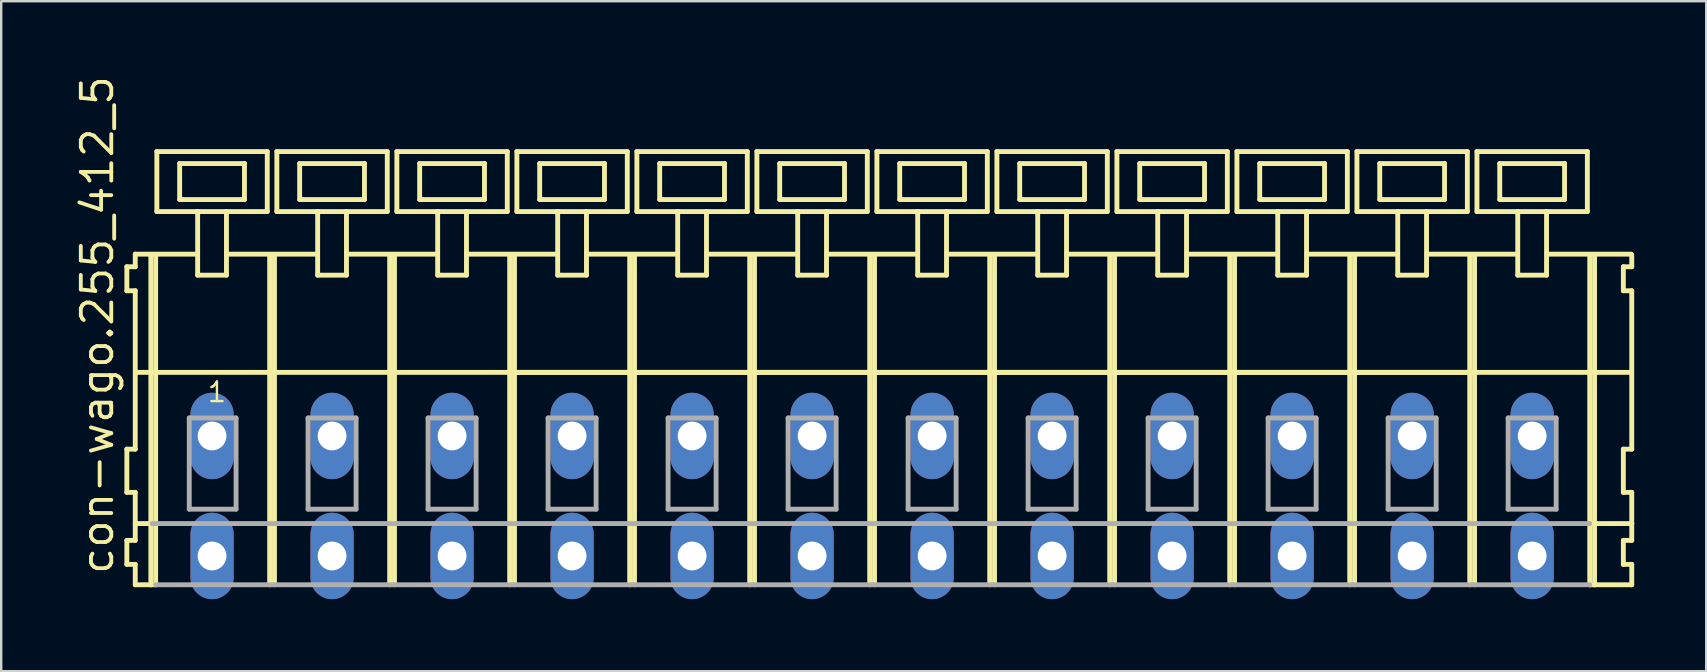
<source format=kicad_pcb>
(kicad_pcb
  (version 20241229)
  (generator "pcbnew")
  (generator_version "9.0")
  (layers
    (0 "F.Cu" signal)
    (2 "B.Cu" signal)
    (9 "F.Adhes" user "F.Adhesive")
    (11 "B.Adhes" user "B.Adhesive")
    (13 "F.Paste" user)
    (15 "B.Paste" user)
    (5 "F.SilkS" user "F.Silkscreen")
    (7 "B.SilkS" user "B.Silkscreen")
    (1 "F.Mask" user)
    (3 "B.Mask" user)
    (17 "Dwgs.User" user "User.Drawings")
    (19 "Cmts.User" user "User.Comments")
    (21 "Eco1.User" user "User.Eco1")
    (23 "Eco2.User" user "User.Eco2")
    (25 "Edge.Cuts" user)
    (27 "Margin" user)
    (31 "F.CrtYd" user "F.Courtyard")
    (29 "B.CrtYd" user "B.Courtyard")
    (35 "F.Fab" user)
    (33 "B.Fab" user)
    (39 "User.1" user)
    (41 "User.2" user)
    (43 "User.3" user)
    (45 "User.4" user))
  (footprint "con-wago.255_412_5"
    (layer "F.Cu")
    (at 33.285 15.114)
    (property "Reference" "con-wago.255_412_5" (at -31.535 5.855 90) (layer "F.SilkS") (effects (font (size 1.27 1.27) (thickness 0.16)) (justify left bottom)))
    (attr through_hole)
    (fp_line (start -31.05 -7.05) (end -31.05 -6.05) (stroke (width 0.203) (type default)) (layer "F.SilkS"))
    (fp_line (start -31.05 -6.05) (end -30.7 -6.05) (stroke (width 0.203) (type default)) (layer "F.SilkS"))
    (fp_line (start -31.05 0.55) (end -31.05 2.35) (stroke (width 0.203) (type default)) (layer "F.SilkS"))
    (fp_line (start -31.05 2.35) (end -30.7 2.35) (stroke (width 0.203) (type default)) (layer "F.SilkS"))
    (fp_line (start -31.05 4.35) (end -31.05 5.35) (stroke (width 0.203) (type default)) (layer "F.SilkS"))
    (fp_line (start -31.05 5.35) (end -30.7 5.35) (stroke (width 0.203) (type default)) (layer "F.SilkS"))
    (fp_line (start -30.7 -7.575) (end -30.7 -7.05) (stroke (width 0.203) (type default)) (layer "F.SilkS"))
    (fp_line (start -30.7 -7.575) (end -28.125 -7.575) (stroke (width 0.203) (type default)) (layer "F.SilkS"))
    (fp_line (start -30.7 -7.05) (end -31.05 -7.05) (stroke (width 0.203) (type default)) (layer "F.SilkS"))
    (fp_line (start -30.7 -6.05) (end -30.7 0.55) (stroke (width 0.203) (type default)) (layer "F.SilkS"))
    (fp_line (start -30.7 0.55) (end -31.05 0.55) (stroke (width 0.203) (type default)) (layer "F.SilkS"))
    (fp_line (start -30.7 2.35) (end -30.7 4.35) (stroke (width 0.203) (type default)) (layer "F.SilkS"))
    (fp_line (start -30.7 3.65) (end -30 3.65) (stroke (width 0.203) (type default)) (layer "F.SilkS"))
    (fp_line (start -30.7 4.35) (end -31.05 4.35) (stroke (width 0.203) (type default)) (layer "F.SilkS"))
    (fp_line (start -30.7 5.35) (end -30.7 6.2) (stroke (width 0.203) (type default)) (layer "F.SilkS"))
    (fp_line (start -30.7 6.2) (end -30.05 6.2) (stroke (width 0.203) (type default)) (layer "F.SilkS"))
    (fp_line (start -30.65 -2.65) (end -25.1 -2.65) (stroke (width 0.203) (type default)) (layer "F.SilkS"))
    (fp_line (start -30.05 -7.55) (end -30.05 6.2) (stroke (width 0.203) (type default)) (layer "F.SilkS"))
    (fp_line (start -30.05 6.2) (end -29.85 6.2) (stroke (width 0.203) (type default)) (layer "F.SilkS"))
    (fp_line (start -29.85 -7.55) (end -29.85 6.2) (stroke (width 0.203) (type default)) (layer "F.SilkS"))
    (fp_line (start -29.8 -11.85) (end -29.8 -9.35) (stroke (width 0.203) (type default)) (layer "F.SilkS"))
    (fp_line (start -29.8 -9.35) (end -28.1 -9.35) (stroke (width 0.203) (type default)) (layer "F.SilkS"))
    (fp_line (start -28.85 -11.35) (end -28.85 -9.85) (stroke (width 0.203) (type default)) (layer "F.SilkS"))
    (fp_line (start -28.85 -9.85) (end -26.15 -9.85) (stroke (width 0.203) (type default)) (layer "F.SilkS"))
    (fp_line (start -28.1 -9.35) (end -28.1 -6.7) (stroke (width 0.203) (type default)) (layer "F.SilkS"))
    (fp_line (start -28.1 -9.35) (end -26.9 -9.35) (stroke (width 0.203) (type default)) (layer "F.SilkS"))
    (fp_line (start -28.1 -6.7) (end -26.9 -6.7) (stroke (width 0.203) (type default)) (layer "F.SilkS"))
    (fp_line (start -26.9 -9.35) (end -25.2 -9.35) (stroke (width 0.203) (type default)) (layer "F.SilkS"))
    (fp_line (start -26.9 -6.7) (end -26.9 -9.35) (stroke (width 0.203) (type default)) (layer "F.SilkS"))
    (fp_line (start -26.825 -7.575) (end -23.125 -7.575) (stroke (width 0.203) (type default)) (layer "F.SilkS"))
    (fp_line (start -26.15 -11.35) (end -28.85 -11.35) (stroke (width 0.203) (type default)) (layer "F.SilkS"))
    (fp_line (start -26.15 -9.85) (end -26.15 -11.35) (stroke (width 0.203) (type default)) (layer "F.SilkS"))
    (fp_line (start -25.2 -11.85) (end -29.8 -11.85) (stroke (width 0.203) (type default)) (layer "F.SilkS"))
    (fp_line (start -25.2 -9.35) (end -25.2 -11.85) (stroke (width 0.203) (type default)) (layer "F.SilkS"))
    (fp_line (start -25.1 -7.55) (end -25.1 -2.65) (stroke (width 0.203) (type default)) (layer "F.SilkS"))
    (fp_line (start -25.1 -2.65) (end -25.1 6.2) (stroke (width 0.203) (type default)) (layer "F.SilkS"))
    (fp_line (start -24.9 -7.55) (end -24.9 -2.65) (stroke (width 0.203) (type default)) (layer "F.SilkS"))
    (fp_line (start -24.9 -2.65) (end -24.9 6.2) (stroke (width 0.203) (type default)) (layer "F.SilkS"))
    (fp_line (start -24.9 -2.65) (end -20.1 -2.65) (stroke (width 0.203) (type default)) (layer "F.SilkS"))
    (fp_line (start -24.8 -11.85) (end -24.8 -9.35) (stroke (width 0.203) (type default)) (layer "F.SilkS"))
    (fp_line (start -24.8 -9.35) (end -23.1 -9.35) (stroke (width 0.203) (type default)) (layer "F.SilkS"))
    (fp_line (start -23.85 -11.35) (end -23.85 -9.85) (stroke (width 0.203) (type default)) (layer "F.SilkS"))
    (fp_line (start -23.85 -9.85) (end -21.15 -9.85) (stroke (width 0.203) (type default)) (layer "F.SilkS"))
    (fp_line (start -23.1 -9.35) (end -23.1 -6.7) (stroke (width 0.203) (type default)) (layer "F.SilkS"))
    (fp_line (start -23.1 -9.35) (end -21.9 -9.35) (stroke (width 0.203) (type default)) (layer "F.SilkS"))
    (fp_line (start -23.1 -6.7) (end -21.9 -6.7) (stroke (width 0.203) (type default)) (layer "F.SilkS"))
    (fp_line (start -21.9 -9.35) (end -20.2 -9.35) (stroke (width 0.203) (type default)) (layer "F.SilkS"))
    (fp_line (start -21.9 -6.7) (end -21.9 -9.35) (stroke (width 0.203) (type default)) (layer "F.SilkS"))
    (fp_line (start -21.875 -7.575) (end -18.125 -7.575) (stroke (width 0.203) (type default)) (layer "F.SilkS"))
    (fp_line (start -21.15 -11.35) (end -23.85 -11.35) (stroke (width 0.203) (type default)) (layer "F.SilkS"))
    (fp_line (start -21.15 -9.85) (end -21.15 -11.35) (stroke (width 0.203) (type default)) (layer "F.SilkS"))
    (fp_line (start -20.2 -11.85) (end -24.8 -11.85) (stroke (width 0.203) (type default)) (layer "F.SilkS"))
    (fp_line (start -20.2 -9.35) (end -20.2 -11.85) (stroke (width 0.203) (type default)) (layer "F.SilkS"))
    (fp_line (start -20.1 -7.55) (end -20.1 -2.65) (stroke (width 0.203) (type default)) (layer "F.SilkS"))
    (fp_line (start -20.1 -2.65) (end -20.1 6.2) (stroke (width 0.203) (type default)) (layer "F.SilkS"))
    (fp_line (start -20.1 -2.65) (end -19.9 -2.65) (stroke (width 0.203) (type default)) (layer "F.SilkS"))
    (fp_line (start -19.9 -7.55) (end -19.9 -2.65) (stroke (width 0.203) (type default)) (layer "F.SilkS"))
    (fp_line (start -19.9 -2.65) (end -19.9 6.2) (stroke (width 0.203) (type default)) (layer "F.SilkS"))
    (fp_line (start -19.9 -2.65) (end -15.1 -2.65) (stroke (width 0.203) (type default)) (layer "F.SilkS"))
    (fp_line (start -19.8 -11.85) (end -19.8 -9.35) (stroke (width 0.203) (type default)) (layer "F.SilkS"))
    (fp_line (start -19.8 -9.35) (end -18.1 -9.35) (stroke (width 0.203) (type default)) (layer "F.SilkS"))
    (fp_line (start -18.85 -11.35) (end -18.85 -9.85) (stroke (width 0.203) (type default)) (layer "F.SilkS"))
    (fp_line (start -18.85 -9.85) (end -16.15 -9.85) (stroke (width 0.203) (type default)) (layer "F.SilkS"))
    (fp_line (start -18.1 -9.35) (end -18.1 -6.7) (stroke (width 0.203) (type default)) (layer "F.SilkS"))
    (fp_line (start -18.1 -9.35) (end -16.9 -9.35) (stroke (width 0.203) (type default)) (layer "F.SilkS"))
    (fp_line (start -18.1 -6.7) (end -16.9 -6.7) (stroke (width 0.203) (type default)) (layer "F.SilkS"))
    (fp_line (start -16.9 -9.35) (end -15.2 -9.35) (stroke (width 0.203) (type default)) (layer "F.SilkS"))
    (fp_line (start -16.9 -6.7) (end -16.9 -9.35) (stroke (width 0.203) (type default)) (layer "F.SilkS"))
    (fp_line (start -16.875 -7.575) (end -13.125 -7.575) (stroke (width 0.203) (type default)) (layer "F.SilkS"))
    (fp_line (start -16.15 -11.35) (end -18.85 -11.35) (stroke (width 0.203) (type default)) (layer "F.SilkS"))
    (fp_line (start -16.15 -9.85) (end -16.15 -11.35) (stroke (width 0.203) (type default)) (layer "F.SilkS"))
    (fp_line (start -15.2 -11.85) (end -19.8 -11.85) (stroke (width 0.203) (type default)) (layer "F.SilkS"))
    (fp_line (start -15.2 -9.35) (end -15.2 -11.85) (stroke (width 0.203) (type default)) (layer "F.SilkS"))
    (fp_line (start -15.1 -7.55) (end -15.1 -2.65) (stroke (width 0.203) (type default)) (layer "F.SilkS"))
    (fp_line (start -15.1 -2.65) (end -15.1 6.2) (stroke (width 0.203) (type default)) (layer "F.SilkS"))
    (fp_line (start -15.1 -2.65) (end -14.9 -2.65) (stroke (width 0.203) (type default)) (layer "F.SilkS"))
    (fp_line (start -15.1 -2.65) (end 29.9 -2.65) (stroke (width 0.203) (type default)) (layer "F.SilkS"))
    (fp_line (start -14.9 -7.55) (end -14.9 -2.65) (stroke (width 0.203) (type default)) (layer "F.SilkS"))
    (fp_line (start -14.9 -2.65) (end -14.9 6.2) (stroke (width 0.203) (type default)) (layer "F.SilkS"))
    (fp_line (start -14.9 -2.65) (end -10.1 -2.65) (stroke (width 0.203) (type default)) (layer "F.SilkS"))
    (fp_line (start -14.8 -11.85) (end -14.8 -9.35) (stroke (width 0.203) (type default)) (layer "F.SilkS"))
    (fp_line (start -14.8 -9.35) (end -13.1 -9.35) (stroke (width 0.203) (type default)) (layer "F.SilkS"))
    (fp_line (start -13.85 -11.35) (end -13.85 -9.85) (stroke (width 0.203) (type default)) (layer "F.SilkS"))
    (fp_line (start -13.85 -9.85) (end -11.15 -9.85) (stroke (width 0.203) (type default)) (layer "F.SilkS"))
    (fp_line (start -13.1 -9.35) (end -13.1 -6.7) (stroke (width 0.203) (type default)) (layer "F.SilkS"))
    (fp_line (start -13.1 -9.35) (end -11.9 -9.35) (stroke (width 0.203) (type default)) (layer "F.SilkS"))
    (fp_line (start -13.1 -6.7) (end -11.9 -6.7) (stroke (width 0.203) (type default)) (layer "F.SilkS"))
    (fp_line (start -11.9 -9.35) (end -10.2 -9.35) (stroke (width 0.203) (type default)) (layer "F.SilkS"))
    (fp_line (start -11.9 -6.7) (end -11.9 -9.35) (stroke (width 0.203) (type default)) (layer "F.SilkS"))
    (fp_line (start -11.875 -7.575) (end -8.125 -7.575) (stroke (width 0.203) (type default)) (layer "F.SilkS"))
    (fp_line (start -11.15 -11.35) (end -13.85 -11.35) (stroke (width 0.203) (type default)) (layer "F.SilkS"))
    (fp_line (start -11.15 -9.85) (end -11.15 -11.35) (stroke (width 0.203) (type default)) (layer "F.SilkS"))
    (fp_line (start -10.2 -11.85) (end -14.8 -11.85) (stroke (width 0.203) (type default)) (layer "F.SilkS"))
    (fp_line (start -10.2 -9.35) (end -10.2 -11.85) (stroke (width 0.203) (type default)) (layer "F.SilkS"))
    (fp_line (start -10.1 -7.55) (end -10.1 -2.65) (stroke (width 0.203) (type default)) (layer "F.SilkS"))
    (fp_line (start -10.1 -2.65) (end -10.1 6.2) (stroke (width 0.203) (type default)) (layer "F.SilkS"))
    (fp_line (start -10.1 -2.65) (end -9.9 -2.65) (stroke (width 0.203) (type default)) (layer "F.SilkS"))
    (fp_line (start -9.9 -7.55) (end -9.9 -2.65) (stroke (width 0.203) (type default)) (layer "F.SilkS"))
    (fp_line (start -9.9 -2.65) (end -9.9 6.2) (stroke (width 0.203) (type default)) (layer "F.SilkS"))
    (fp_line (start -9.9 -2.65) (end -5.1 -2.65) (stroke (width 0.203) (type default)) (layer "F.SilkS"))
    (fp_line (start -9.8 -11.85) (end -9.8 -9.35) (stroke (width 0.203) (type default)) (layer "F.SilkS"))
    (fp_line (start -9.8 -9.35) (end -8.1 -9.35) (stroke (width 0.203) (type default)) (layer "F.SilkS"))
    (fp_line (start -8.85 -11.35) (end -8.85 -9.85) (stroke (width 0.203) (type default)) (layer "F.SilkS"))
    (fp_line (start -8.85 -9.85) (end -6.15 -9.85) (stroke (width 0.203) (type default)) (layer "F.SilkS"))
    (fp_line (start -8.1 -9.35) (end -8.1 -6.7) (stroke (width 0.203) (type default)) (layer "F.SilkS"))
    (fp_line (start -8.1 -9.35) (end -6.9 -9.35) (stroke (width 0.203) (type default)) (layer "F.SilkS"))
    (fp_line (start -8.1 -6.7) (end -6.9 -6.7) (stroke (width 0.203) (type default)) (layer "F.SilkS"))
    (fp_line (start -6.9 -9.35) (end -5.2 -9.35) (stroke (width 0.203) (type default)) (layer "F.SilkS"))
    (fp_line (start -6.9 -6.7) (end -6.9 -9.35) (stroke (width 0.203) (type default)) (layer "F.SilkS"))
    (fp_line (start -6.875 -7.575) (end -3.125 -7.575) (stroke (width 0.203) (type default)) (layer "F.SilkS"))
    (fp_line (start -6.15 -11.35) (end -8.85 -11.35) (stroke (width 0.203) (type default)) (layer "F.SilkS"))
    (fp_line (start -6.15 -9.85) (end -6.15 -11.35) (stroke (width 0.203) (type default)) (layer "F.SilkS"))
    (fp_line (start -5.2 -11.85) (end -9.8 -11.85) (stroke (width 0.203) (type default)) (layer "F.SilkS"))
    (fp_line (start -5.2 -9.35) (end -5.2 -11.85) (stroke (width 0.203) (type default)) (layer "F.SilkS"))
    (fp_line (start -5.1 -7.55) (end -5.1 -2.65) (stroke (width 0.203) (type default)) (layer "F.SilkS"))
    (fp_line (start -5.1 -2.65) (end -5.1 6.2) (stroke (width 0.203) (type default)) (layer "F.SilkS"))
    (fp_line (start -5.1 -2.65) (end -4.9 -2.65) (stroke (width 0.203) (type default)) (layer "F.SilkS"))
    (fp_line (start -4.9 -7.55) (end -4.9 -2.65) (stroke (width 0.203) (type default)) (layer "F.SilkS"))
    (fp_line (start -4.9 -2.65) (end -4.9 6.2) (stroke (width 0.203) (type default)) (layer "F.SilkS"))
    (fp_line (start -4.9 -2.65) (end -0.1 -2.65) (stroke (width 0.203) (type default)) (layer "F.SilkS"))
    (fp_line (start -4.8 -11.85) (end -4.8 -9.35) (stroke (width 0.203) (type default)) (layer "F.SilkS"))
    (fp_line (start -4.8 -9.35) (end -3.1 -9.35) (stroke (width 0.203) (type default)) (layer "F.SilkS"))
    (fp_line (start -3.85 -11.35) (end -3.85 -9.85) (stroke (width 0.203) (type default)) (layer "F.SilkS"))
    (fp_line (start -3.85 -9.85) (end -1.15 -9.85) (stroke (width 0.203) (type default)) (layer "F.SilkS"))
    (fp_line (start -3.1 -9.35) (end -3.1 -6.7) (stroke (width 0.203) (type default)) (layer "F.SilkS"))
    (fp_line (start -3.1 -9.35) (end -1.9 -9.35) (stroke (width 0.203) (type default)) (layer "F.SilkS"))
    (fp_line (start -3.1 -6.7) (end -1.9 -6.7) (stroke (width 0.203) (type default)) (layer "F.SilkS"))
    (fp_line (start -1.9 -9.35) (end -0.2 -9.35) (stroke (width 0.203) (type default)) (layer "F.SilkS"))
    (fp_line (start -1.9 -6.7) (end -1.9 -9.35) (stroke (width 0.203) (type default)) (layer "F.SilkS"))
    (fp_line (start -1.875 -7.575) (end 1.875 -7.575) (stroke (width 0.203) (type default)) (layer "F.SilkS"))
    (fp_line (start -1.15 -11.35) (end -3.85 -11.35) (stroke (width 0.203) (type default)) (layer "F.SilkS"))
    (fp_line (start -1.15 -9.85) (end -1.15 -11.35) (stroke (width 0.203) (type default)) (layer "F.SilkS"))
    (fp_line (start -0.2 -11.85) (end -4.8 -11.85) (stroke (width 0.203) (type default)) (layer "F.SilkS"))
    (fp_line (start -0.2 -9.35) (end -0.2 -11.85) (stroke (width 0.203) (type default)) (layer "F.SilkS"))
    (fp_line (start -0.1 -7.55) (end -0.1 -2.65) (stroke (width 0.203) (type default)) (layer "F.SilkS"))
    (fp_line (start -0.1 -2.65) (end -0.1 6.2) (stroke (width 0.203) (type default)) (layer "F.SilkS"))
    (fp_line (start -0.1 -2.65) (end 0.1 -2.65) (stroke (width 0.203) (type default)) (layer "F.SilkS"))
    (fp_line (start 0.1 -7.55) (end 0.1 -2.65) (stroke (width 0.203) (type default)) (layer "F.SilkS"))
    (fp_line (start 0.1 -2.65) (end 0.1 6.2) (stroke (width 0.203) (type default)) (layer "F.SilkS"))
    (fp_line (start 0.1 -2.65) (end 4.9 -2.65) (stroke (width 0.203) (type default)) (layer "F.SilkS"))
    (fp_line (start 0.2 -11.85) (end 0.2 -9.35) (stroke (width 0.203) (type default)) (layer "F.SilkS"))
    (fp_line (start 0.2 -9.35) (end 1.9 -9.35) (stroke (width 0.203) (type default)) (layer "F.SilkS"))
    (fp_line (start 1.15 -11.35) (end 1.15 -9.85) (stroke (width 0.203) (type default)) (layer "F.SilkS"))
    (fp_line (start 1.15 -9.85) (end 3.85 -9.85) (stroke (width 0.203) (type default)) (layer "F.SilkS"))
    (fp_line (start 1.9 -9.35) (end 1.9 -6.7) (stroke (width 0.203) (type default)) (layer "F.SilkS"))
    (fp_line (start 1.9 -9.35) (end 3.1 -9.35) (stroke (width 0.203) (type default)) (layer "F.SilkS"))
    (fp_line (start 1.9 -6.7) (end 3.1 -6.7) (stroke (width 0.203) (type default)) (layer "F.SilkS"))
    (fp_line (start 3.1 -9.35) (end 4.8 -9.35) (stroke (width 0.203) (type default)) (layer "F.SilkS"))
    (fp_line (start 3.1 -6.7) (end 3.1 -9.35) (stroke (width 0.203) (type default)) (layer "F.SilkS"))
    (fp_line (start 3.125 -7.575) (end 6.875 -7.575) (stroke (width 0.203) (type default)) (layer "F.SilkS"))
    (fp_line (start 3.85 -11.35) (end 1.15 -11.35) (stroke (width 0.203) (type default)) (layer "F.SilkS"))
    (fp_line (start 3.85 -9.85) (end 3.85 -11.35) (stroke (width 0.203) (type default)) (layer "F.SilkS"))
    (fp_line (start 4.8 -11.85) (end 0.2 -11.85) (stroke (width 0.203) (type default)) (layer "F.SilkS"))
    (fp_line (start 4.8 -9.35) (end 4.8 -11.85) (stroke (width 0.203) (type default)) (layer "F.SilkS"))
    (fp_line (start 4.9 -7.55) (end 4.9 -2.65) (stroke (width 0.203) (type default)) (layer "F.SilkS"))
    (fp_line (start 4.9 -2.65) (end 4.9 6.2) (stroke (width 0.203) (type default)) (layer "F.SilkS"))
    (fp_line (start 4.9 -2.65) (end 5.1 -2.65) (stroke (width 0.203) (type default)) (layer "F.SilkS"))
    (fp_line (start 5.1 -7.55) (end 5.1 -2.65) (stroke (width 0.203) (type default)) (layer "F.SilkS"))
    (fp_line (start 5.1 -2.65) (end 5.1 6.2) (stroke (width 0.203) (type default)) (layer "F.SilkS"))
    (fp_line (start 5.1 -2.65) (end 9.9 -2.65) (stroke (width 0.203) (type default)) (layer "F.SilkS"))
    (fp_line (start 5.2 -11.85) (end 5.2 -9.35) (stroke (width 0.203) (type default)) (layer "F.SilkS"))
    (fp_line (start 5.2 -9.35) (end 6.9 -9.35) (stroke (width 0.203) (type default)) (layer "F.SilkS"))
    (fp_line (start 6.15 -11.35) (end 6.15 -9.85) (stroke (width 0.203) (type default)) (layer "F.SilkS"))
    (fp_line (start 6.15 -9.85) (end 8.85 -9.85) (stroke (width 0.203) (type default)) (layer "F.SilkS"))
    (fp_line (start 6.9 -9.35) (end 6.9 -6.7) (stroke (width 0.203) (type default)) (layer "F.SilkS"))
    (fp_line (start 6.9 -9.35) (end 8.1 -9.35) (stroke (width 0.203) (type default)) (layer "F.SilkS"))
    (fp_line (start 6.9 -6.7) (end 8.1 -6.7) (stroke (width 0.203) (type default)) (layer "F.SilkS"))
    (fp_line (start 8.1 -9.35) (end 9.8 -9.35) (stroke (width 0.203) (type default)) (layer "F.SilkS"))
    (fp_line (start 8.1 -6.7) (end 8.1 -9.35) (stroke (width 0.203) (type default)) (layer "F.SilkS"))
    (fp_line (start 8.125 -7.575) (end 11.875 -7.575) (stroke (width 0.203) (type default)) (layer "F.SilkS"))
    (fp_line (start 8.85 -11.35) (end 6.15 -11.35) (stroke (width 0.203) (type default)) (layer "F.SilkS"))
    (fp_line (start 8.85 -9.85) (end 8.85 -11.35) (stroke (width 0.203) (type default)) (layer "F.SilkS"))
    (fp_line (start 9.8 -11.85) (end 5.2 -11.85) (stroke (width 0.203) (type default)) (layer "F.SilkS"))
    (fp_line (start 9.8 -9.35) (end 9.8 -11.85) (stroke (width 0.203) (type default)) (layer "F.SilkS"))
    (fp_line (start 9.9 -7.55) (end 9.9 -2.65) (stroke (width 0.203) (type default)) (layer "F.SilkS"))
    (fp_line (start 9.9 -2.65) (end 9.9 6.2) (stroke (width 0.203) (type default)) (layer "F.SilkS"))
    (fp_line (start 9.9 -2.65) (end 10.1 -2.65) (stroke (width 0.203) (type default)) (layer "F.SilkS"))
    (fp_line (start 10.1 -7.55) (end 10.1 -2.65) (stroke (width 0.203) (type default)) (layer "F.SilkS"))
    (fp_line (start 10.1 -2.65) (end 10.1 6.2) (stroke (width 0.203) (type default)) (layer "F.SilkS"))
    (fp_line (start 10.1 -2.65) (end 14.9 -2.65) (stroke (width 0.203) (type default)) (layer "F.SilkS"))
    (fp_line (start 10.2 -11.85) (end 10.2 -9.35) (stroke (width 0.203) (type default)) (layer "F.SilkS"))
    (fp_line (start 10.2 -9.35) (end 11.9 -9.35) (stroke (width 0.203) (type default)) (layer "F.SilkS"))
    (fp_line (start 11.15 -11.35) (end 11.15 -9.85) (stroke (width 0.203) (type default)) (layer "F.SilkS"))
    (fp_line (start 11.15 -9.85) (end 13.85 -9.85) (stroke (width 0.203) (type default)) (layer "F.SilkS"))
    (fp_line (start 11.9 -9.35) (end 11.9 -6.7) (stroke (width 0.203) (type default)) (layer "F.SilkS"))
    (fp_line (start 11.9 -9.35) (end 13.1 -9.35) (stroke (width 0.203) (type default)) (layer "F.SilkS"))
    (fp_line (start 11.9 -6.7) (end 13.1 -6.7) (stroke (width 0.203) (type default)) (layer "F.SilkS"))
    (fp_line (start 13.1 -9.35) (end 14.8 -9.35) (stroke (width 0.203) (type default)) (layer "F.SilkS"))
    (fp_line (start 13.1 -6.7) (end 13.1 -9.35) (stroke (width 0.203) (type default)) (layer "F.SilkS"))
    (fp_line (start 13.125 -7.575) (end 16.875 -7.575) (stroke (width 0.203) (type default)) (layer "F.SilkS"))
    (fp_line (start 13.85 -11.35) (end 11.15 -11.35) (stroke (width 0.203) (type default)) (layer "F.SilkS"))
    (fp_line (start 13.85 -9.85) (end 13.85 -11.35) (stroke (width 0.203) (type default)) (layer "F.SilkS"))
    (fp_line (start 14.8 -11.85) (end 10.2 -11.85) (stroke (width 0.203) (type default)) (layer "F.SilkS"))
    (fp_line (start 14.8 -9.35) (end 14.8 -11.85) (stroke (width 0.203) (type default)) (layer "F.SilkS"))
    (fp_line (start 14.9 -7.55) (end 14.9 -2.65) (stroke (width 0.203) (type default)) (layer "F.SilkS"))
    (fp_line (start 14.9 -2.65) (end 14.9 6.2) (stroke (width 0.203) (type default)) (layer "F.SilkS"))
    (fp_line (start 14.9 -2.65) (end 15.1 -2.65) (stroke (width 0.203) (type default)) (layer "F.SilkS"))
    (fp_line (start 15.1 -7.55) (end 15.1 -2.65) (stroke (width 0.203) (type default)) (layer "F.SilkS"))
    (fp_line (start 15.1 -2.65) (end 15.1 6.2) (stroke (width 0.203) (type default)) (layer "F.SilkS"))
    (fp_line (start 15.1 -2.65) (end 19.9 -2.65) (stroke (width 0.203) (type default)) (layer "F.SilkS"))
    (fp_line (start 15.2 -11.85) (end 15.2 -9.35) (stroke (width 0.203) (type default)) (layer "F.SilkS"))
    (fp_line (start 15.2 -9.35) (end 16.9 -9.35) (stroke (width 0.203) (type default)) (layer "F.SilkS"))
    (fp_line (start 16.15 -11.35) (end 16.15 -9.85) (stroke (width 0.203) (type default)) (layer "F.SilkS"))
    (fp_line (start 16.15 -9.85) (end 18.85 -9.85) (stroke (width 0.203) (type default)) (layer "F.SilkS"))
    (fp_line (start 16.9 -9.35) (end 16.9 -6.7) (stroke (width 0.203) (type default)) (layer "F.SilkS"))
    (fp_line (start 16.9 -9.35) (end 18.1 -9.35) (stroke (width 0.203) (type default)) (layer "F.SilkS"))
    (fp_line (start 16.9 -6.7) (end 18.1 -6.7) (stroke (width 0.203) (type default)) (layer "F.SilkS"))
    (fp_line (start 18.1 -9.35) (end 19.8 -9.35) (stroke (width 0.203) (type default)) (layer "F.SilkS"))
    (fp_line (start 18.1 -6.7) (end 18.1 -9.35) (stroke (width 0.203) (type default)) (layer "F.SilkS"))
    (fp_line (start 18.125 -7.575) (end 21.875 -7.575) (stroke (width 0.203) (type default)) (layer "F.SilkS"))
    (fp_line (start 18.85 -11.35) (end 16.15 -11.35) (stroke (width 0.203) (type default)) (layer "F.SilkS"))
    (fp_line (start 18.85 -9.85) (end 18.85 -11.35) (stroke (width 0.203) (type default)) (layer "F.SilkS"))
    (fp_line (start 19.8 -11.85) (end 15.2 -11.85) (stroke (width 0.203) (type default)) (layer "F.SilkS"))
    (fp_line (start 19.8 -9.35) (end 19.8 -11.85) (stroke (width 0.203) (type default)) (layer "F.SilkS"))
    (fp_line (start 19.9 -7.55) (end 19.9 -2.65) (stroke (width 0.203) (type default)) (layer "F.SilkS"))
    (fp_line (start 19.9 -2.65) (end 19.9 6.2) (stroke (width 0.203) (type default)) (layer "F.SilkS"))
    (fp_line (start 19.9 -2.65) (end 20.1 -2.65) (stroke (width 0.203) (type default)) (layer "F.SilkS"))
    (fp_line (start 20.1 -7.55) (end 20.1 -2.65) (stroke (width 0.203) (type default)) (layer "F.SilkS"))
    (fp_line (start 20.1 -2.65) (end 20.1 6.2) (stroke (width 0.203) (type default)) (layer "F.SilkS"))
    (fp_line (start 20.1 -2.65) (end 24.9 -2.65) (stroke (width 0.203) (type default)) (layer "F.SilkS"))
    (fp_line (start 20.2 -11.85) (end 20.2 -9.35) (stroke (width 0.203) (type default)) (layer "F.SilkS"))
    (fp_line (start 20.2 -9.35) (end 21.9 -9.35) (stroke (width 0.203) (type default)) (layer "F.SilkS"))
    (fp_line (start 21.15 -11.35) (end 21.15 -9.85) (stroke (width 0.203) (type default)) (layer "F.SilkS"))
    (fp_line (start 21.15 -9.85) (end 23.85 -9.85) (stroke (width 0.203) (type default)) (layer "F.SilkS"))
    (fp_line (start 21.9 -9.35) (end 21.9 -6.7) (stroke (width 0.203) (type default)) (layer "F.SilkS"))
    (fp_line (start 21.9 -9.35) (end 23.1 -9.35) (stroke (width 0.203) (type default)) (layer "F.SilkS"))
    (fp_line (start 21.9 -6.7) (end 23.1 -6.7) (stroke (width 0.203) (type default)) (layer "F.SilkS"))
    (fp_line (start 23.1 -9.35) (end 24.8 -9.35) (stroke (width 0.203) (type default)) (layer "F.SilkS"))
    (fp_line (start 23.1 -6.7) (end 23.1 -9.35) (stroke (width 0.203) (type default)) (layer "F.SilkS"))
    (fp_line (start 23.125 -7.575) (end 26.875 -7.575) (stroke (width 0.203) (type default)) (layer "F.SilkS"))
    (fp_line (start 23.85 -11.35) (end 21.15 -11.35) (stroke (width 0.203) (type default)) (layer "F.SilkS"))
    (fp_line (start 23.85 -9.85) (end 23.85 -11.35) (stroke (width 0.203) (type default)) (layer "F.SilkS"))
    (fp_line (start 24.8 -11.85) (end 20.2 -11.85) (stroke (width 0.203) (type default)) (layer "F.SilkS"))
    (fp_line (start 24.8 -9.35) (end 24.8 -11.85) (stroke (width 0.203) (type default)) (layer "F.SilkS"))
    (fp_line (start 24.9 -7.55) (end 24.9 -2.65) (stroke (width 0.203) (type default)) (layer "F.SilkS"))
    (fp_line (start 24.9 -2.65) (end 24.9 6.2) (stroke (width 0.203) (type default)) (layer "F.SilkS"))
    (fp_line (start 24.9 -2.65) (end 25.1 -2.65) (stroke (width 0.203) (type default)) (layer "F.SilkS"))
    (fp_line (start 25.1 -7.55) (end 25.1 -2.65) (stroke (width 0.203) (type default)) (layer "F.SilkS"))
    (fp_line (start 25.1 -2.65) (end 25.1 6.2) (stroke (width 0.203) (type default)) (layer "F.SilkS"))
    (fp_line (start 25.2 -11.85) (end 25.2 -9.35) (stroke (width 0.203) (type default)) (layer "F.SilkS"))
    (fp_line (start 25.2 -9.35) (end 26.9 -9.35) (stroke (width 0.203) (type default)) (layer "F.SilkS"))
    (fp_line (start 26.15 -11.35) (end 26.15 -9.85) (stroke (width 0.203) (type default)) (layer "F.SilkS"))
    (fp_line (start 26.15 -9.85) (end 28.85 -9.85) (stroke (width 0.203) (type default)) (layer "F.SilkS"))
    (fp_line (start 26.9 -9.35) (end 26.9 -6.7) (stroke (width 0.203) (type default)) (layer "F.SilkS"))
    (fp_line (start 26.9 -9.35) (end 28.1 -9.35) (stroke (width 0.203) (type default)) (layer "F.SilkS"))
    (fp_line (start 26.9 -6.7) (end 28.1 -6.7) (stroke (width 0.203) (type default)) (layer "F.SilkS"))
    (fp_line (start 28.1 -9.35) (end 29.8 -9.35) (stroke (width 0.203) (type default)) (layer "F.SilkS"))
    (fp_line (start 28.1 -6.7) (end 28.1 -9.35) (stroke (width 0.203) (type default)) (layer "F.SilkS"))
    (fp_line (start 28.125 -7.575) (end 31.625 -7.575) (stroke (width 0.203) (type default)) (layer "F.SilkS"))
    (fp_line (start 28.85 -11.35) (end 26.15 -11.35) (stroke (width 0.203) (type default)) (layer "F.SilkS"))
    (fp_line (start 28.85 -9.85) (end 28.85 -11.35) (stroke (width 0.203) (type default)) (layer "F.SilkS"))
    (fp_line (start 29.8 -11.85) (end 25.2 -11.85) (stroke (width 0.203) (type default)) (layer "F.SilkS"))
    (fp_line (start 29.8 -9.35) (end 29.8 -11.85) (stroke (width 0.203) (type default)) (layer "F.SilkS"))
    (fp_line (start 29.9 -7.55) (end 29.9 -2.65) (stroke (width 0.203) (type default)) (layer "F.SilkS"))
    (fp_line (start 29.9 -2.65) (end 29.9 6.2) (stroke (width 0.203) (type default)) (layer "F.SilkS"))
    (fp_line (start 29.9 -2.65) (end 30.1 -2.65) (stroke (width 0.203) (type default)) (layer "F.SilkS"))
    (fp_line (start 29.9 6.2) (end 30.1 6.2) (stroke (width 0.203) (type default)) (layer "F.SilkS"))
    (fp_line (start 29.95 3.65) (end 31.65 3.65) (stroke (width 0.203) (type default)) (layer "F.SilkS"))
    (fp_line (start 30.1 -7.55) (end 30.1 -2.65) (stroke (width 0.203) (type default)) (layer "F.SilkS"))
    (fp_line (start 30.1 -2.65) (end 30.1 6.2) (stroke (width 0.203) (type default)) (layer "F.SilkS"))
    (fp_line (start 30.1 -2.65) (end 31.6 -2.65) (stroke (width 0.203) (type default)) (layer "F.SilkS"))
    (fp_line (start 30.1 6.2) (end 31.65 6.2) (stroke (width 0.203) (type default)) (layer "F.SilkS"))
    (fp_line (start 31.3 -7.05) (end 31.3 -6.05) (stroke (width 0.203) (type default)) (layer "F.SilkS"))
    (fp_line (start 31.3 -6.05) (end 31.65 -6.05) (stroke (width 0.203) (type default)) (layer "F.SilkS"))
    (fp_line (start 31.3 0.55) (end 31.3 2.35) (stroke (width 0.203) (type default)) (layer "F.SilkS"))
    (fp_line (start 31.3 2.35) (end 31.65 2.35) (stroke (width 0.203) (type default)) (layer "F.SilkS"))
    (fp_line (start 31.3 4.35) (end 31.3 5.35) (stroke (width 0.203) (type default)) (layer "F.SilkS"))
    (fp_line (start 31.3 5.35) (end 31.65 5.35) (stroke (width 0.203) (type default)) (layer "F.SilkS"))
    (fp_line (start 31.65 -7.05) (end 31.3 -7.05) (stroke (width 0.203) (type default)) (layer "F.SilkS"))
    (fp_line (start 31.65 -7.05) (end 31.65 -7.55) (stroke (width 0.203) (type default)) (layer "F.SilkS"))
    (fp_line (start 31.65 0.55) (end 31.3 0.55) (stroke (width 0.203) (type default)) (layer "F.SilkS"))
    (fp_line (start 31.65 0.55) (end 31.65 -6.05) (stroke (width 0.203) (type default)) (layer "F.SilkS"))
    (fp_line (start 31.65 3.65) (end 31.65 2.35) (stroke (width 0.203) (type default)) (layer "F.SilkS"))
    (fp_line (start 31.65 4.35) (end 31.3 4.35) (stroke (width 0.203) (type default)) (layer "F.SilkS"))
    (fp_line (start 31.65 4.35) (end 31.65 3.65) (stroke (width 0.203) (type default)) (layer "F.SilkS"))
    (fp_line (start 31.65 6.2) (end 31.65 5.35) (stroke (width 0.203) (type default)) (layer "F.SilkS"))
    (fp_line (start -30 3.65) (end 29.9 3.65) (stroke (width 0.203) (type default)) (layer "F.Fab"))
    (fp_line (start -29.85 6.2) (end 29.9 6.2) (stroke (width 0.203) (type default)) (layer "F.Fab"))
    (fp_line (start -28.45 -0.75) (end -28.45 3.05) (stroke (width 0.203) (type default)) (layer "F.Fab"))
    (fp_line (start -28.45 3.05) (end -26.5 3.05) (stroke (width 0.203) (type default)) (layer "F.Fab"))
    (fp_line (start -26.5 -0.75) (end -28.45 -0.75) (stroke (width 0.203) (type default)) (layer "F.Fab"))
    (fp_line (start -26.5 3.05) (end -26.5 -0.75) (stroke (width 0.203) (type default)) (layer "F.Fab"))
    (fp_line (start -23.5 -0.75) (end -23.5 3.05) (stroke (width 0.203) (type default)) (layer "F.Fab"))
    (fp_line (start -23.5 3.05) (end -21.5 3.05) (stroke (width 0.203) (type default)) (layer "F.Fab"))
    (fp_line (start -21.5 -0.75) (end -23.5 -0.75) (stroke (width 0.203) (type default)) (layer "F.Fab"))
    (fp_line (start -21.5 3.05) (end -21.5 -0.75) (stroke (width 0.203) (type default)) (layer "F.Fab"))
    (fp_line (start -18.5 -0.75) (end -18.5 3.05) (stroke (width 0.203) (type default)) (layer "F.Fab"))
    (fp_line (start -18.5 3.05) (end -16.5 3.05) (stroke (width 0.203) (type default)) (layer "F.Fab"))
    (fp_line (start -16.5 -0.75) (end -18.5 -0.75) (stroke (width 0.203) (type default)) (layer "F.Fab"))
    (fp_line (start -16.5 3.05) (end -16.5 -0.75) (stroke (width 0.203) (type default)) (layer "F.Fab"))
    (fp_line (start -13.5 -0.75) (end -13.5 3.05) (stroke (width 0.203) (type default)) (layer "F.Fab"))
    (fp_line (start -13.5 3.05) (end -11.5 3.05) (stroke (width 0.203) (type default)) (layer "F.Fab"))
    (fp_line (start -11.5 -0.75) (end -13.5 -0.75) (stroke (width 0.203) (type default)) (layer "F.Fab"))
    (fp_line (start -11.5 3.05) (end -11.5 -0.75) (stroke (width 0.203) (type default)) (layer "F.Fab"))
    (fp_line (start -8.5 -0.75) (end -8.5 3.05) (stroke (width 0.203) (type default)) (layer "F.Fab"))
    (fp_line (start -8.5 3.05) (end -6.5 3.05) (stroke (width 0.203) (type default)) (layer "F.Fab"))
    (fp_line (start -6.5 -0.75) (end -8.5 -0.75) (stroke (width 0.203) (type default)) (layer "F.Fab"))
    (fp_line (start -6.5 3.05) (end -6.5 -0.75) (stroke (width 0.203) (type default)) (layer "F.Fab"))
    (fp_line (start -3.5 -0.75) (end -3.5 3.05) (stroke (width 0.203) (type default)) (layer "F.Fab"))
    (fp_line (start -3.5 3.05) (end -1.5 3.05) (stroke (width 0.203) (type default)) (layer "F.Fab"))
    (fp_line (start -1.5 -0.75) (end -3.5 -0.75) (stroke (width 0.203) (type default)) (layer "F.Fab"))
    (fp_line (start -1.5 3.05) (end -1.5 -0.75) (stroke (width 0.203) (type default)) (layer "F.Fab"))
    (fp_line (start 1.5 -0.75) (end 1.5 3.05) (stroke (width 0.203) (type default)) (layer "F.Fab"))
    (fp_line (start 1.5 3.05) (end 3.5 3.05) (stroke (width 0.203) (type default)) (layer "F.Fab"))
    (fp_line (start 3.5 -0.75) (end 1.5 -0.75) (stroke (width 0.203) (type default)) (layer "F.Fab"))
    (fp_line (start 3.5 3.05) (end 3.5 -0.75) (stroke (width 0.203) (type default)) (layer "F.Fab"))
    (fp_line (start 6.5 -0.75) (end 6.5 3.05) (stroke (width 0.203) (type default)) (layer "F.Fab"))
    (fp_line (start 6.5 3.05) (end 8.5 3.05) (stroke (width 0.203) (type default)) (layer "F.Fab"))
    (fp_line (start 8.5 -0.75) (end 6.5 -0.75) (stroke (width 0.203) (type default)) (layer "F.Fab"))
    (fp_line (start 8.5 3.05) (end 8.5 -0.75) (stroke (width 0.203) (type default)) (layer "F.Fab"))
    (fp_line (start 11.5 -0.75) (end 11.5 3.05) (stroke (width 0.203) (type default)) (layer "F.Fab"))
    (fp_line (start 11.5 3.05) (end 13.5 3.05) (stroke (width 0.203) (type default)) (layer "F.Fab"))
    (fp_line (start 13.5 -0.75) (end 11.5 -0.75) (stroke (width 0.203) (type default)) (layer "F.Fab"))
    (fp_line (start 13.5 3.05) (end 13.5 -0.75) (stroke (width 0.203) (type default)) (layer "F.Fab"))
    (fp_line (start 16.5 -0.75) (end 16.5 3.05) (stroke (width 0.203) (type default)) (layer "F.Fab"))
    (fp_line (start 16.5 3.05) (end 18.5 3.05) (stroke (width 0.203) (type default)) (layer "F.Fab"))
    (fp_line (start 18.5 -0.75) (end 16.5 -0.75) (stroke (width 0.203) (type default)) (layer "F.Fab"))
    (fp_line (start 18.5 3.05) (end 18.5 -0.75) (stroke (width 0.203) (type default)) (layer "F.Fab"))
    (fp_line (start 21.5 -0.75) (end 21.5 3.05) (stroke (width 0.203) (type default)) (layer "F.Fab"))
    (fp_line (start 21.5 3.05) (end 23.5 3.05) (stroke (width 0.203) (type default)) (layer "F.Fab"))
    (fp_line (start 23.5 -0.75) (end 21.5 -0.75) (stroke (width 0.203) (type default)) (layer "F.Fab"))
    (fp_line (start 23.5 3.05) (end 23.5 -0.75) (stroke (width 0.203) (type default)) (layer "F.Fab"))
    (fp_line (start 26.5 -0.75) (end 26.5 3.05) (stroke (width 0.203) (type default)) (layer "F.Fab"))
    (fp_line (start 26.5 3.05) (end 28.5 3.05) (stroke (width 0.203) (type default)) (layer "F.Fab"))
    (fp_line (start 28.5 -0.75) (end 26.5 -0.75) (stroke (width 0.203) (type default)) (layer "F.Fab"))
    (fp_line (start 28.5 3.05) (end 28.5 -0.75) (stroke (width 0.203) (type default)) (layer "F.Fab"))
    (fp_text user "1" (at -27.75 -1.35 0) (layer "F.SilkS") (effects (font (size 0.813 0.813) (thickness 0.1)) (justify left bottom)))
    (pad "A1" thru_hole oval (at -27.5 0 90) (size 3.6 1.8) (drill 1.2) (layers "*.Cu" "*.Mask"))
    (pad "A2" thru_hole oval (at -22.5 0 90) (size 3.6 1.8) (drill 1.2) (layers "*.Cu" "*.Mask"))
    (pad "A3" thru_hole oval (at -17.5 0 90) (size 3.6 1.8) (drill 1.2) (layers "*.Cu" "*.Mask"))
    (pad "A4" thru_hole oval (at -12.5 0 90) (size 3.6 1.8) (drill 1.2) (layers "*.Cu" "*.Mask"))
    (pad "A5" thru_hole oval (at -7.5 0 90) (size 3.6 1.8) (drill 1.2) (layers "*.Cu" "*.Mask"))
    (pad "A6" thru_hole oval (at -2.5 0 90) (size 3.6 1.8) (drill 1.2) (layers "*.Cu" "*.Mask"))
    (pad "A7" thru_hole oval (at 2.5 0 90) (size 3.6 1.8) (drill 1.2) (layers "*.Cu" "*.Mask"))
    (pad "A8" thru_hole oval (at 7.5 0 90) (size 3.6 1.8) (drill 1.2) (layers "*.Cu" "*.Mask"))
    (pad "A9" thru_hole oval (at 12.5 0 90) (size 3.6 1.8) (drill 1.2) (layers "*.Cu" "*.Mask"))
    (pad "A10" thru_hole oval (at 17.5 0 90) (size 3.6 1.8) (drill 1.2) (layers "*.Cu" "*.Mask"))
    (pad "A11" thru_hole oval (at 22.5 0 90) (size 3.6 1.8) (drill 1.2) (layers "*.Cu" "*.Mask"))
    (pad "A12" thru_hole oval (at 27.5 0 90) (size 3.6 1.8) (drill 1.2) (layers "*.Cu" "*.Mask"))
    (pad "B1" thru_hole oval (at -27.5 5 90) (size 3.6 1.8) (drill 1.2) (layers "*.Cu" "*.Mask"))
    (pad "B2" thru_hole oval (at -22.5 5 90) (size 3.6 1.8) (drill 1.2) (layers "*.Cu" "*.Mask"))
    (pad "B3" thru_hole oval (at -17.5 5 90) (size 3.6 1.8) (drill 1.2) (layers "*.Cu" "*.Mask"))
    (pad "B4" thru_hole oval (at -12.5 5 90) (size 3.6 1.8) (drill 1.2) (layers "*.Cu" "*.Mask"))
    (pad "B5" thru_hole oval (at -7.5 5 90) (size 3.6 1.8) (drill 1.2) (layers "*.Cu" "*.Mask"))
    (pad "B6" thru_hole oval (at -2.5 5 90) (size 3.6 1.8) (drill 1.2) (layers "*.Cu" "*.Mask"))
    (pad "B7" thru_hole oval (at 2.5 5 90) (size 3.6 1.8) (drill 1.2) (layers "*.Cu" "*.Mask"))
    (pad "B8" thru_hole oval (at 7.5 5 90) (size 3.6 1.8) (drill 1.2) (layers "*.Cu" "*.Mask"))
    (pad "B9" thru_hole oval (at 12.5 5 90) (size 3.6 1.8) (drill 1.2) (layers "*.Cu" "*.Mask"))
    (pad "B10" thru_hole oval (at 17.5 5 90) (size 3.6 1.8) (drill 1.2) (layers "*.Cu" "*.Mask"))
    (pad "B11" thru_hole oval (at 22.5 5 90) (size 3.6 1.8) (drill 1.2) (layers "*.Cu" "*.Mask"))
    (pad "B12" thru_hole oval (at 27.5 5 90) (size 3.6 1.8) (drill 1.2) (layers "*.Cu" "*.Mask")))
  (gr_rect
    (start -3 -3)
    (end 68.037 24.914)
    (stroke (width 0.1) (type default))
    (fill no)
    (layer "Edge.Cuts")))
</source>
